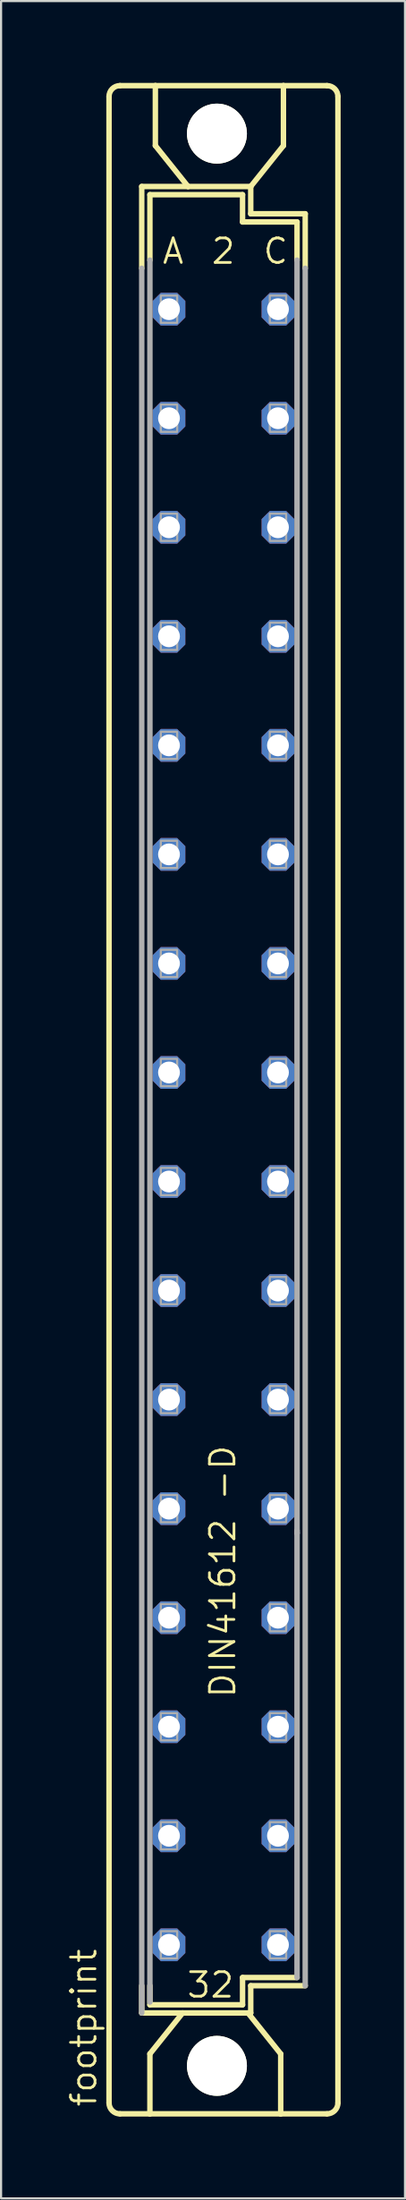
<source format=kicad_pcb>
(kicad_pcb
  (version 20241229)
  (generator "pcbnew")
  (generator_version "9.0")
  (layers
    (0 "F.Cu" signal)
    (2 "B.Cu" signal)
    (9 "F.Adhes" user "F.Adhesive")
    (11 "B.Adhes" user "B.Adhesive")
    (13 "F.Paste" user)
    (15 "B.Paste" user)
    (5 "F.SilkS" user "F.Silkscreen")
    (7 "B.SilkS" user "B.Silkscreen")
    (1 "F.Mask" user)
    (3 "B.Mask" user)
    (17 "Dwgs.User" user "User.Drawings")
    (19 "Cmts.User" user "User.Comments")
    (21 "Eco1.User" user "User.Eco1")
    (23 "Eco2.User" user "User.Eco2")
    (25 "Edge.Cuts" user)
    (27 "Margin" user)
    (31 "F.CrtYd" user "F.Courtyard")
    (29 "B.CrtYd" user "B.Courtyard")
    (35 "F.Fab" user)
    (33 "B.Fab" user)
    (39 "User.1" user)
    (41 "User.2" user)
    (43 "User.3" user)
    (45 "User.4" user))
  (footprint "footprint"
    (layer "F.Cu")
    (at 7.366 48.184)
    (property "Reference" "footprint" (at -5.842 46.99 90) (layer "F.SilkS") (effects (font (size 1.143 1.143) (thickness 0.127)) (justify left bottom)))
    (fp_line (start -5.334 46.736) (end -5.334 -46.736) (stroke (width 0.254) (type solid)) (layer "F.SilkS"))
    (fp_line (start -4.826 47.244) (end -3.429 47.244) (stroke (width 0.254) (type solid)) (layer "F.SilkS"))
    (fp_line (start -3.81 -38.735) (end -3.81 -42.545) (stroke (width 0.254) (type solid)) (layer "F.SilkS"))
    (fp_line (start -3.81 41.275) (end -3.81 42.545) (stroke (width 0.254) (type solid)) (layer "F.SilkS"))
    (fp_line (start -3.81 42.545) (end -1.905 42.545) (stroke (width 0.254) (type solid)) (layer "F.SilkS"))
    (fp_line (start -3.429 -42.164) (end -3.429 -39.116) (stroke (width 0.254) (type solid)) (layer "F.SilkS"))
    (fp_line (start -3.429 41.275) (end -3.429 42.164) (stroke (width 0.254) (type solid)) (layer "F.SilkS"))
    (fp_line (start -3.429 47.244) (end -3.429 44.45) (stroke (width 0.254) (type solid)) (layer "F.SilkS"))
    (fp_line (start -3.429 47.244) (end 2.667 47.244) (stroke (width 0.254) (type solid)) (layer "F.SilkS"))
    (fp_line (start -3.175 -47.244) (end -4.826 -47.244) (stroke (width 0.254) (type solid)) (layer "F.SilkS"))
    (fp_line (start -3.175 -47.244) (end -3.175 -44.45) (stroke (width 0.254) (type solid)) (layer "F.SilkS"))
    (fp_line (start -1.905 42.545) (end -3.429 44.45) (stroke (width 0.254) (type solid)) (layer "F.SilkS"))
    (fp_line (start -1.905 42.545) (end 1.143 42.545) (stroke (width 0.254) (type solid)) (layer "F.SilkS"))
    (fp_line (start -1.651 -42.545) (end -3.81 -42.545) (stroke (width 0.254) (type solid)) (layer "F.SilkS"))
    (fp_line (start -1.651 -42.545) (end -3.175 -44.45) (stroke (width 0.254) (type solid)) (layer "F.SilkS"))
    (fp_line (start 0.889 -42.164) (end -3.429 -42.164) (stroke (width 0.254) (type solid)) (layer "F.SilkS"))
    (fp_line (start 0.889 -42.164) (end 0.889 -40.894) (stroke (width 0.254) (type solid)) (layer "F.SilkS"))
    (fp_line (start 0.889 -40.894) (end 3.429 -40.894) (stroke (width 0.254) (type solid)) (layer "F.SilkS"))
    (fp_line (start 0.889 40.894) (end 0.889 42.164) (stroke (width 0.254) (type solid)) (layer "F.SilkS"))
    (fp_line (start 0.889 42.164) (end -3.429 42.164) (stroke (width 0.254) (type solid)) (layer "F.SilkS"))
    (fp_line (start 1.143 42.545) (end 1.27 42.545) (stroke (width 0.254) (type solid)) (layer "F.SilkS"))
    (fp_line (start 1.143 42.545) (end 2.667 44.45) (stroke (width 0.254) (type solid)) (layer "F.SilkS"))
    (fp_line (start 1.27 -42.545) (end -1.651 -42.545) (stroke (width 0.254) (type solid)) (layer "F.SilkS"))
    (fp_line (start 1.27 -42.545) (end 2.794 -44.45) (stroke (width 0.254) (type solid)) (layer "F.SilkS"))
    (fp_line (start 1.27 -41.275) (end 1.27 -42.545) (stroke (width 0.254) (type solid)) (layer "F.SilkS"))
    (fp_line (start 1.27 41.275) (end 3.81 41.275) (stroke (width 0.254) (type solid)) (layer "F.SilkS"))
    (fp_line (start 1.27 42.545) (end 1.27 41.275) (stroke (width 0.254) (type solid)) (layer "F.SilkS"))
    (fp_line (start 2.667 47.244) (end 2.667 44.45) (stroke (width 0.254) (type solid)) (layer "F.SilkS"))
    (fp_line (start 2.667 47.244) (end 4.826 47.244) (stroke (width 0.254) (type solid)) (layer "F.SilkS"))
    (fp_line (start 2.794 -47.244) (end -3.175 -47.244) (stroke (width 0.254) (type solid)) (layer "F.SilkS"))
    (fp_line (start 2.794 -47.244) (end 2.794 -44.45) (stroke (width 0.254) (type solid)) (layer "F.SilkS"))
    (fp_line (start 3.429 -39.116) (end 3.429 -40.894) (stroke (width 0.254) (type solid)) (layer "F.SilkS"))
    (fp_line (start 3.429 40.894) (end 0.889 40.894) (stroke (width 0.254) (type solid)) (layer "F.SilkS"))
    (fp_line (start 3.81 -41.275) (end 1.27 -41.275) (stroke (width 0.254) (type solid)) (layer "F.SilkS"))
    (fp_line (start 3.81 -38.735) (end 3.81 -41.275) (stroke (width 0.254) (type solid)) (layer "F.SilkS"))
    (fp_line (start 4.826 -47.244) (end 2.794 -47.244) (stroke (width 0.254) (type solid)) (layer "F.SilkS"))
    (fp_line (start 5.334 46.736) (end 5.334 -46.736) (stroke (width 0.254) (type solid)) (layer "F.SilkS"))
    (fp_arc (start -5.334 -46.736) (mid -5.18521 -47.09521) (end -4.826 -47.244) (stroke (width 0.254) (type solid)) (layer "F.SilkS"))
    (fp_arc (start -4.826 47.244) (mid -5.18521 47.09521) (end -5.334 46.736) (stroke (width 0.254) (type solid)) (layer "F.SilkS"))
    (fp_arc (start 4.826 -47.244) (mid 5.18521 -47.09521) (end 5.334 -46.736) (stroke (width 0.254) (type solid)) (layer "F.SilkS"))
    (fp_arc (start 5.334 46.736) (mid 5.18521 47.09521) (end 4.826 47.244) (stroke (width 0.254) (type solid)) (layer "F.SilkS"))
    (fp_circle (center -0.305 -45.009) (end 0.965 -45.009) (stroke (width 0.254) (type solid)) (fill no) (layer "F.SilkS"))
    (fp_circle (center -0.305 45.009) (end 0.965 45.009) (stroke (width 0.254) (type solid)) (fill no) (layer "F.SilkS"))
    (fp_line (start -3.81 -38.735) (end -3.81 42.545) (stroke (width 0.254) (type solid)) (layer "F.Fab"))
    (fp_line (start -3.429 -39.116) (end -3.429 42.037) (stroke (width 0.254) (type solid)) (layer "F.Fab"))
    (fp_line (start 3.429 20.193) (end 3.429 -39.116) (stroke (width 0.254) (type solid)) (layer "F.Fab"))
    (fp_line (start 3.429 20.193) (end 3.429 20.066) (stroke (width 0.254) (type solid)) (layer "F.Fab"))
    (fp_line (start 3.429 40.894) (end 3.429 20.193) (stroke (width 0.254) (type solid)) (layer "F.Fab"))
    (fp_line (start 3.81 -38.735) (end 3.81 41.275) (stroke (width 0.254) (type solid)) (layer "F.Fab"))
    (fp_poly (pts (xy -2.921 -36.195) (xy -2.159 -36.195) (xy -2.159 -37.465) (xy -2.921 -37.465)) (stroke (width 0.1) (type solid)) (fill no) (layer "F.Fab"))
    (fp_poly (pts (xy -2.921 -31.115) (xy -2.159 -31.115) (xy -2.159 -32.385) (xy -2.921 -32.385)) (stroke (width 0.1) (type solid)) (fill no) (layer "F.Fab"))
    (fp_poly (pts (xy -2.921 -26.035) (xy -2.159 -26.035) (xy -2.159 -27.305) (xy -2.921 -27.305)) (stroke (width 0.1) (type solid)) (fill no) (layer "F.Fab"))
    (fp_poly (pts (xy -2.921 -20.955) (xy -2.159 -20.955) (xy -2.159 -22.225) (xy -2.921 -22.225)) (stroke (width 0.1) (type solid)) (fill no) (layer "F.Fab"))
    (fp_poly (pts (xy -2.921 -15.875) (xy -2.159 -15.875) (xy -2.159 -17.145) (xy -2.921 -17.145)) (stroke (width 0.1) (type solid)) (fill no) (layer "F.Fab"))
    (fp_poly (pts (xy -2.921 -10.795) (xy -2.159 -10.795) (xy -2.159 -12.065) (xy -2.921 -12.065)) (stroke (width 0.1) (type solid)) (fill no) (layer "F.Fab"))
    (fp_poly (pts (xy -2.921 -5.715) (xy -2.159 -5.715) (xy -2.159 -6.985) (xy -2.921 -6.985)) (stroke (width 0.1) (type solid)) (fill no) (layer "F.Fab"))
    (fp_poly (pts (xy -2.921 -0.635) (xy -2.159 -0.635) (xy -2.159 -1.905) (xy -2.921 -1.905)) (stroke (width 0.1) (type solid)) (fill no) (layer "F.Fab"))
    (fp_poly (pts (xy -2.921 4.445) (xy -2.159 4.445) (xy -2.159 3.175) (xy -2.921 3.175)) (stroke (width 0.1) (type solid)) (fill no) (layer "F.Fab"))
    (fp_poly (pts (xy -2.921 9.525) (xy -2.159 9.525) (xy -2.159 8.255) (xy -2.921 8.255)) (stroke (width 0.1) (type solid)) (fill no) (layer "F.Fab"))
    (fp_poly (pts (xy -2.921 14.605) (xy -2.159 14.605) (xy -2.159 13.335) (xy -2.921 13.335)) (stroke (width 0.1) (type solid)) (fill no) (layer "F.Fab"))
    (fp_poly (pts (xy -2.921 19.685) (xy -2.159 19.685) (xy -2.159 18.415) (xy -2.921 18.415)) (stroke (width 0.1) (type solid)) (fill no) (layer "F.Fab"))
    (fp_poly (pts (xy -2.921 24.765) (xy -2.159 24.765) (xy -2.159 23.495) (xy -2.921 23.495)) (stroke (width 0.1) (type solid)) (fill no) (layer "F.Fab"))
    (fp_poly (pts (xy -2.921 29.845) (xy -2.159 29.845) (xy -2.159 28.575) (xy -2.921 28.575)) (stroke (width 0.1) (type solid)) (fill no) (layer "F.Fab"))
    (fp_poly (pts (xy -2.921 34.925) (xy -2.159 34.925) (xy -2.159 33.655) (xy -2.921 33.655)) (stroke (width 0.1) (type solid)) (fill no) (layer "F.Fab"))
    (fp_poly (pts (xy -2.921 40.005) (xy -2.159 40.005) (xy -2.159 38.735) (xy -2.921 38.735)) (stroke (width 0.1) (type solid)) (fill no) (layer "F.Fab"))
    (fp_poly (pts (xy 2.159 -36.195) (xy 2.921 -36.195) (xy 2.921 -37.465) (xy 2.159 -37.465)) (stroke (width 0.1) (type solid)) (fill no) (layer "F.Fab"))
    (fp_poly (pts (xy 2.159 -31.115) (xy 2.921 -31.115) (xy 2.921 -32.385) (xy 2.159 -32.385)) (stroke (width 0.1) (type solid)) (fill no) (layer "F.Fab"))
    (fp_poly (pts (xy 2.159 -26.035) (xy 2.921 -26.035) (xy 2.921 -27.305) (xy 2.159 -27.305)) (stroke (width 0.1) (type solid)) (fill no) (layer "F.Fab"))
    (fp_poly (pts (xy 2.159 -20.955) (xy 2.921 -20.955) (xy 2.921 -22.225) (xy 2.159 -22.225)) (stroke (width 0.1) (type solid)) (fill no) (layer "F.Fab"))
    (fp_poly (pts (xy 2.159 -15.875) (xy 2.921 -15.875) (xy 2.921 -17.145) (xy 2.159 -17.145)) (stroke (width 0.1) (type solid)) (fill no) (layer "F.Fab"))
    (fp_poly (pts (xy 2.159 -10.795) (xy 2.921 -10.795) (xy 2.921 -12.065) (xy 2.159 -12.065)) (stroke (width 0.1) (type solid)) (fill no) (layer "F.Fab"))
    (fp_poly (pts (xy 2.159 -5.715) (xy 2.921 -5.715) (xy 2.921 -6.985) (xy 2.159 -6.985)) (stroke (width 0.1) (type solid)) (fill no) (layer "F.Fab"))
    (fp_poly (pts (xy 2.159 -0.635) (xy 2.921 -0.635) (xy 2.921 -1.905) (xy 2.159 -1.905)) (stroke (width 0.1) (type solid)) (fill no) (layer "F.Fab"))
    (fp_poly (pts (xy 2.159 4.445) (xy 2.921 4.445) (xy 2.921 3.175) (xy 2.159 3.175)) (stroke (width 0.1) (type solid)) (fill no) (layer "F.Fab"))
    (fp_poly (pts (xy 2.159 9.525) (xy 2.921 9.525) (xy 2.921 8.255) (xy 2.159 8.255)) (stroke (width 0.1) (type solid)) (fill no) (layer "F.Fab"))
    (fp_poly (pts (xy 2.159 14.605) (xy 2.921 14.605) (xy 2.921 13.335) (xy 2.159 13.335)) (stroke (width 0.1) (type solid)) (fill no) (layer "F.Fab"))
    (fp_poly (pts (xy 2.159 19.685) (xy 2.921 19.685) (xy 2.921 18.415) (xy 2.159 18.415)) (stroke (width 0.1) (type solid)) (fill no) (layer "F.Fab"))
    (fp_poly (pts (xy 2.159 24.765) (xy 2.921 24.765) (xy 2.921 23.495) (xy 2.159 23.495)) (stroke (width 0.1) (type solid)) (fill no) (layer "F.Fab"))
    (fp_poly (pts (xy 2.159 29.845) (xy 2.921 29.845) (xy 2.921 28.575) (xy 2.159 28.575)) (stroke (width 0.1) (type solid)) (fill no) (layer "F.Fab"))
    (fp_poly (pts (xy 2.159 34.925) (xy 2.921 34.925) (xy 2.921 33.655) (xy 2.159 33.655)) (stroke (width 0.1) (type solid)) (fill no) (layer "F.Fab"))
    (fp_poly (pts (xy 2.159 40.005) (xy 2.921 40.005) (xy 2.921 38.735) (xy 2.159 38.735)) (stroke (width 0.1) (type solid)) (fill no) (layer "F.Fab"))
    (fp_text user "A" (at -2.921 -38.862 0) (layer "F.SilkS") (effects (font (size 1.143 1.143) (thickness 0.127)) (justify left bottom)))
    (fp_text user "2" (at -0.635 -38.862 0) (layer "F.SilkS") (effects (font (size 1.143 1.143) (thickness 0.127)) (justify left bottom)))
    (fp_text user "C" (at 1.778 -38.862 0) (layer "F.SilkS") (effects (font (size 1.143 1.143) (thickness 0.127)) (justify left bottom)))
    (fp_text user "DIN41612 -D" (at 0.635 27.94 90) (layer "F.SilkS") (effects (font (size 1.143 1.143) (thickness 0.127)) (justify left bottom)))
    (fp_text user "32" (at -1.778 41.91 0) (layer "F.SilkS") (effects (font (size 1.143 1.143) (thickness 0.127)) (justify left bottom)))
    (pad "" np_thru_hole circle (at -0.305 -45.009) (size 2.794 2.794) (drill 2.794) (layers "*.Cu" "*.Mask"))
    (pad "" np_thru_hole circle (at -0.305 45.009) (size 2.794 2.794) (drill 2.794) (layers "*.Cu" "*.Mask"))
    (pad "A2" thru_hole roundrect (at -2.54 -36.83) (size 1.524 1.524) (drill 1.016) (layers "*.Cu" "*.Mask") (roundrect_rratio 0.25) (chamfer_ratio 0.25) (chamfer top_left top_right bottom_left bottom_right))
    (pad "A4" thru_hole roundrect (at -2.54 -31.75) (size 1.524 1.524) (drill 1.016) (layers "*.Cu" "*.Mask") (roundrect_rratio 0.25) (chamfer_ratio 0.25) (chamfer top_left top_right bottom_left bottom_right))
    (pad "A6" thru_hole roundrect (at -2.54 -26.67) (size 1.524 1.524) (drill 1.016) (layers "*.Cu" "*.Mask") (roundrect_rratio 0.25) (chamfer_ratio 0.25) (chamfer top_left top_right bottom_left bottom_right))
    (pad "A8" thru_hole roundrect (at -2.54 -21.59) (size 1.524 1.524) (drill 1.016) (layers "*.Cu" "*.Mask") (roundrect_rratio 0.25) (chamfer_ratio 0.25) (chamfer top_left top_right bottom_left bottom_right))
    (pad "A10" thru_hole roundrect (at -2.54 -16.51) (size 1.524 1.524) (drill 1.016) (layers "*.Cu" "*.Mask") (roundrect_rratio 0.25) (chamfer_ratio 0.25) (chamfer top_left top_right bottom_left bottom_right))
    (pad "A12" thru_hole roundrect (at -2.54 -11.43) (size 1.524 1.524) (drill 1.016) (layers "*.Cu" "*.Mask") (roundrect_rratio 0.25) (chamfer_ratio 0.25) (chamfer top_left top_right bottom_left bottom_right))
    (pad "A14" thru_hole roundrect (at -2.54 -6.35) (size 1.524 1.524) (drill 1.016) (layers "*.Cu" "*.Mask") (roundrect_rratio 0.25) (chamfer_ratio 0.25) (chamfer top_left top_right bottom_left bottom_right))
    (pad "A16" thru_hole roundrect (at -2.54 -1.27) (size 1.524 1.524) (drill 1.016) (layers "*.Cu" "*.Mask") (roundrect_rratio 0.25) (chamfer_ratio 0.25) (chamfer top_left top_right bottom_left bottom_right))
    (pad "A18" thru_hole roundrect (at -2.54 3.81) (size 1.524 1.524) (drill 1.016) (layers "*.Cu" "*.Mask") (roundrect_rratio 0.25) (chamfer_ratio 0.25) (chamfer top_left top_right bottom_left bottom_right))
    (pad "A20" thru_hole roundrect (at -2.54 8.89) (size 1.524 1.524) (drill 1.016) (layers "*.Cu" "*.Mask") (roundrect_rratio 0.25) (chamfer_ratio 0.25) (chamfer top_left top_right bottom_left bottom_right))
    (pad "A22" thru_hole roundrect (at -2.54 13.97) (size 1.524 1.524) (drill 1.016) (layers "*.Cu" "*.Mask") (roundrect_rratio 0.25) (chamfer_ratio 0.25) (chamfer top_left top_right bottom_left bottom_right))
    (pad "A24" thru_hole roundrect (at -2.54 19.05) (size 1.524 1.524) (drill 1.016) (layers "*.Cu" "*.Mask") (roundrect_rratio 0.25) (chamfer_ratio 0.25) (chamfer top_left top_right bottom_left bottom_right))
    (pad "A26" thru_hole roundrect (at -2.54 24.13) (size 1.524 1.524) (drill 1.016) (layers "*.Cu" "*.Mask") (roundrect_rratio 0.25) (chamfer_ratio 0.25) (chamfer top_left top_right bottom_left bottom_right))
    (pad "A28" thru_hole roundrect (at -2.54 29.21) (size 1.524 1.524) (drill 1.016) (layers "*.Cu" "*.Mask") (roundrect_rratio 0.25) (chamfer_ratio 0.25) (chamfer top_left top_right bottom_left bottom_right))
    (pad "A30" thru_hole roundrect (at -2.54 34.29) (size 1.524 1.524) (drill 1.016) (layers "*.Cu" "*.Mask") (roundrect_rratio 0.25) (chamfer_ratio 0.25) (chamfer top_left top_right bottom_left bottom_right))
    (pad "A32" thru_hole roundrect (at -2.54 39.37) (size 1.524 1.524) (drill 1.016) (layers "*.Cu" "*.Mask") (roundrect_rratio 0.25) (chamfer_ratio 0.25) (chamfer top_left top_right bottom_left bottom_right))
    (pad "C2" thru_hole roundrect (at 2.54 -36.83) (size 1.524 1.524) (drill 1.016) (layers "*.Cu" "*.Mask") (roundrect_rratio 0.25) (chamfer_ratio 0.25) (chamfer top_left top_right bottom_left bottom_right))
    (pad "C4" thru_hole roundrect (at 2.54 -31.75) (size 1.524 1.524) (drill 1.016) (layers "*.Cu" "*.Mask") (roundrect_rratio 0.25) (chamfer_ratio 0.25) (chamfer top_left top_right bottom_left bottom_right))
    (pad "C6" thru_hole roundrect (at 2.54 -26.67) (size 1.524 1.524) (drill 1.016) (layers "*.Cu" "*.Mask") (roundrect_rratio 0.25) (chamfer_ratio 0.25) (chamfer top_left top_right bottom_left bottom_right))
    (pad "C8" thru_hole roundrect (at 2.54 -21.59) (size 1.524 1.524) (drill 1.016) (layers "*.Cu" "*.Mask") (roundrect_rratio 0.25) (chamfer_ratio 0.25) (chamfer top_left top_right bottom_left bottom_right))
    (pad "C10" thru_hole roundrect (at 2.54 -16.51) (size 1.524 1.524) (drill 1.016) (layers "*.Cu" "*.Mask") (roundrect_rratio 0.25) (chamfer_ratio 0.25) (chamfer top_left top_right bottom_left bottom_right))
    (pad "C12" thru_hole roundrect (at 2.54 -11.43) (size 1.524 1.524) (drill 1.016) (layers "*.Cu" "*.Mask") (roundrect_rratio 0.25) (chamfer_ratio 0.25) (chamfer top_left top_right bottom_left bottom_right))
    (pad "C14" thru_hole roundrect (at 2.54 -6.35) (size 1.524 1.524) (drill 1.016) (layers "*.Cu" "*.Mask") (roundrect_rratio 0.25) (chamfer_ratio 0.25) (chamfer top_left top_right bottom_left bottom_right))
    (pad "C16" thru_hole roundrect (at 2.54 -1.27) (size 1.524 1.524) (drill 1.016) (layers "*.Cu" "*.Mask") (roundrect_rratio 0.25) (chamfer_ratio 0.25) (chamfer top_left top_right bottom_left bottom_right))
    (pad "C18" thru_hole roundrect (at 2.54 3.81) (size 1.524 1.524) (drill 1.016) (layers "*.Cu" "*.Mask") (roundrect_rratio 0.25) (chamfer_ratio 0.25) (chamfer top_left top_right bottom_left bottom_right))
    (pad "C20" thru_hole roundrect (at 2.54 8.89) (size 1.524 1.524) (drill 1.016) (layers "*.Cu" "*.Mask") (roundrect_rratio 0.25) (chamfer_ratio 0.25) (chamfer top_left top_right bottom_left bottom_right))
    (pad "C22" thru_hole roundrect (at 2.54 13.97) (size 1.524 1.524) (drill 1.016) (layers "*.Cu" "*.Mask") (roundrect_rratio 0.25) (chamfer_ratio 0.25) (chamfer top_left top_right bottom_left bottom_right))
    (pad "C24" thru_hole roundrect (at 2.54 19.05) (size 1.524 1.524) (drill 1.016) (layers "*.Cu" "*.Mask") (roundrect_rratio 0.25) (chamfer_ratio 0.25) (chamfer top_left top_right bottom_left bottom_right))
    (pad "C26" thru_hole roundrect (at 2.54 24.13) (size 1.524 1.524) (drill 1.016) (layers "*.Cu" "*.Mask") (roundrect_rratio 0.25) (chamfer_ratio 0.25) (chamfer top_left top_right bottom_left bottom_right))
    (pad "C28" thru_hole roundrect (at 2.54 29.21) (size 1.524 1.524) (drill 1.016) (layers "*.Cu" "*.Mask") (roundrect_rratio 0.25) (chamfer_ratio 0.25) (chamfer top_left top_right bottom_left bottom_right))
    (pad "C30" thru_hole roundrect (at 2.54 34.29) (size 1.524 1.524) (drill 1.016) (layers "*.Cu" "*.Mask") (roundrect_rratio 0.25) (chamfer_ratio 0.25) (chamfer top_left top_right bottom_left bottom_right))
    (pad "C32" thru_hole roundrect (at 2.54 39.37) (size 1.524 1.524) (drill 1.016) (layers "*.Cu" "*.Mask") (roundrect_rratio 0.25) (chamfer_ratio 0.25) (chamfer top_left top_right bottom_left bottom_right))
    (zone (net_name "") (layers "F.Cu" "B.Cu") (hatch edge 0.508) (connect_pads) (min_thickness 0.254) (filled_areas_thickness no) (keepout (tracks allowed) (vias not_allowed) (pads allowed) (copperpour allowed) (footprints allowed)) (placement (enabled no)) (fill) (polygon (pts (xy 10.236 3.175) (xy 10.188 2.624) (xy 10.045 2.089) (xy 9.811 1.587) (xy 9.493 1.134) (xy 9.102 0.743) (xy 8.649 0.425) (xy 8.147 0.191) (xy 7.613 0.048) (xy 7.061 0) (xy 6.51 0.048) (xy 5.975 0.191) (xy 5.474 0.425) (xy 5.02 0.743) (xy 4.629 1.134) (xy 4.312 1.587) (xy 4.078 2.089) (xy 3.934 2.624) (xy 3.886 3.175) (xy 3.934 3.726) (xy 4.078 4.261) (xy 4.312 4.763) (xy 4.629 5.216) (xy 5.02 5.607) (xy 5.474 5.925) (xy 5.975 6.159) (xy 6.51 6.302) (xy 7.061 6.35) (xy 7.613 6.302) (xy 8.147 6.159) (xy 8.649 5.925) (xy 9.102 5.607) (xy 9.493 5.216) (xy 9.811 4.763) (xy 10.045 4.261) (xy 10.188 3.726))) (polygon (pts (xy 8.458 3.175) (xy 8.437 2.932) (xy 8.374 2.697) (xy 8.271 2.477) (xy 8.131 2.277) (xy 7.959 2.105) (xy 7.76 1.965) (xy 7.539 1.862) (xy 7.304 1.799) (xy 7.061 1.778) (xy 6.819 1.799) (xy 6.583 1.862) (xy 6.363 1.965) (xy 6.163 2.105) (xy 5.991 2.277) (xy 5.851 2.477) (xy 5.748 2.697) (xy 5.685 2.932) (xy 5.664 3.175) (xy 5.685 3.418) (xy 5.748 3.653) (xy 5.851 3.873) (xy 5.991 4.073) (xy 6.163 4.245) (xy 6.363 4.385) (xy 6.583 4.488) (xy 6.819 4.551) (xy 7.061 4.572) (xy 7.304 4.551) (xy 7.539 4.488) (xy 7.76 4.385) (xy 7.959 4.245) (xy 8.131 4.073) (xy 8.271 3.873) (xy 8.374 3.653) (xy 8.437 3.418))))
    (zone (net_name "") (layers "F.Cu" "B.Cu") (hatch edge 0.508) (connect_pads) (min_thickness 0.254) (filled_areas_thickness no) (keepout (tracks allowed) (vias not_allowed) (pads allowed) (copperpour allowed) (footprints allowed)) (placement (enabled no)) (fill) (polygon (pts (xy 10.236 93.193) (xy 10.188 92.641) (xy 10.045 92.107) (xy 9.811 91.605) (xy 9.493 91.152) (xy 9.102 90.76) (xy 8.649 90.443) (xy 8.147 90.209) (xy 7.613 90.066) (xy 7.061 90.018) (xy 6.51 90.066) (xy 5.975 90.209) (xy 5.474 90.443) (xy 5.02 90.76) (xy 4.629 91.152) (xy 4.312 91.605) (xy 4.078 92.107) (xy 3.934 92.641) (xy 3.886 93.193) (xy 3.934 93.744) (xy 4.078 94.279) (xy 4.312 94.78) (xy 4.629 95.233) (xy 5.02 95.625) (xy 5.474 95.942) (xy 5.975 96.176) (xy 6.51 96.319) (xy 7.061 96.368) (xy 7.613 96.319) (xy 8.147 96.176) (xy 8.649 95.942) (xy 9.102 95.625) (xy 9.493 95.233) (xy 9.811 94.78) (xy 10.045 94.279) (xy 10.188 93.744))) (polygon (pts (xy 8.458 93.193) (xy 8.437 92.95) (xy 8.374 92.715) (xy 8.271 92.494) (xy 8.131 92.295) (xy 7.959 92.122) (xy 7.76 91.983) (xy 7.539 91.88) (xy 7.304 91.817) (xy 7.061 91.796) (xy 6.819 91.817) (xy 6.583 91.88) (xy 6.363 91.983) (xy 6.163 92.122) (xy 5.991 92.295) (xy 5.851 92.494) (xy 5.748 92.715) (xy 5.685 92.95) (xy 5.664 93.193) (xy 5.685 93.435) (xy 5.748 93.67) (xy 5.851 93.891) (xy 5.991 94.091) (xy 6.163 94.263) (xy 6.363 94.402) (xy 6.583 94.505) (xy 6.819 94.568) (xy 7.061 94.59) (xy 7.304 94.568) (xy 7.539 94.505) (xy 7.76 94.402) (xy 7.959 94.263) (xy 8.131 94.091) (xy 8.271 93.891) (xy 8.374 93.67) (xy 8.437 93.435))))
    (zone (net_name "") (layer "B.Cu") (hatch edge 0.508) (connect_pads) (min_thickness 0.254) (filled_areas_thickness no) (keepout (tracks not_allowed) (vias not_allowed) (pads not_allowed) (copperpour not_allowed) (footprints allowed)) (placement (enabled no)) (fill) (polygon (pts (xy 10.236 3.175) (xy 10.188 2.624) (xy 10.045 2.089) (xy 9.811 1.587) (xy 9.493 1.134) (xy 9.102 0.743) (xy 8.649 0.425) (xy 8.147 0.191) (xy 7.613 0.048) (xy 7.061 0) (xy 6.51 0.048) (xy 5.975 0.191) (xy 5.474 0.425) (xy 5.02 0.743) (xy 4.629 1.134) (xy 4.312 1.587) (xy 4.078 2.089) (xy 3.934 2.624) (xy 3.886 3.175) (xy 3.934 3.726) (xy 4.078 4.261) (xy 4.312 4.763) (xy 4.629 5.216) (xy 5.02 5.607) (xy 5.474 5.925) (xy 5.975 6.159) (xy 6.51 6.302) (xy 7.061 6.35) (xy 7.613 6.302) (xy 8.147 6.159) (xy 8.649 5.925) (xy 9.102 5.607) (xy 9.493 5.216) (xy 9.811 4.763) (xy 10.045 4.261) (xy 10.188 3.726))) (polygon (pts (xy 8.458 3.175) (xy 8.437 2.932) (xy 8.374 2.697) (xy 8.271 2.477) (xy 8.131 2.277) (xy 7.959 2.105) (xy 7.76 1.965) (xy 7.539 1.862) (xy 7.304 1.799) (xy 7.061 1.778) (xy 6.819 1.799) (xy 6.583 1.862) (xy 6.363 1.965) (xy 6.163 2.105) (xy 5.991 2.277) (xy 5.851 2.477) (xy 5.748 2.697) (xy 5.685 2.932) (xy 5.664 3.175) (xy 5.685 3.418) (xy 5.748 3.653) (xy 5.851 3.873) (xy 5.991 4.073) (xy 6.163 4.245) (xy 6.363 4.385) (xy 6.583 4.488) (xy 6.819 4.551) (xy 7.061 4.572) (xy 7.304 4.551) (xy 7.539 4.488) (xy 7.76 4.385) (xy 7.959 4.245) (xy 8.131 4.073) (xy 8.271 3.873) (xy 8.374 3.653) (xy 8.437 3.418))))
    (zone (net_name "") (layer "B.Cu") (hatch edge 0.508) (connect_pads) (min_thickness 0.254) (filled_areas_thickness no) (keepout (tracks not_allowed) (vias not_allowed) (pads not_allowed) (copperpour not_allowed) (footprints allowed)) (placement (enabled no)) (fill) (polygon (pts (xy 10.236 93.193) (xy 10.188 92.641) (xy 10.045 92.107) (xy 9.811 91.605) (xy 9.493 91.152) (xy 9.102 90.76) (xy 8.649 90.443) (xy 8.147 90.209) (xy 7.613 90.066) (xy 7.061 90.018) (xy 6.51 90.066) (xy 5.975 90.209) (xy 5.474 90.443) (xy 5.02 90.76) (xy 4.629 91.152) (xy 4.312 91.605) (xy 4.078 92.107) (xy 3.934 92.641) (xy 3.886 93.193) (xy 3.934 93.744) (xy 4.078 94.279) (xy 4.312 94.78) (xy 4.629 95.233) (xy 5.02 95.625) (xy 5.474 95.942) (xy 5.975 96.176) (xy 6.51 96.319) (xy 7.061 96.368) (xy 7.613 96.319) (xy 8.147 96.176) (xy 8.649 95.942) (xy 9.102 95.625) (xy 9.493 95.233) (xy 9.811 94.78) (xy 10.045 94.279) (xy 10.188 93.744))) (polygon (pts (xy 8.458 93.193) (xy 8.437 92.95) (xy 8.374 92.715) (xy 8.271 92.494) (xy 8.131 92.295) (xy 7.959 92.122) (xy 7.76 91.983) (xy 7.539 91.88) (xy 7.304 91.817) (xy 7.061 91.796) (xy 6.819 91.817) (xy 6.583 91.88) (xy 6.363 91.983) (xy 6.163 92.122) (xy 5.991 92.295) (xy 5.851 92.494) (xy 5.748 92.715) (xy 5.685 92.95) (xy 5.664 93.193) (xy 5.685 93.435) (xy 5.748 93.67) (xy 5.851 93.891) (xy 5.991 94.091) (xy 6.163 94.263) (xy 6.363 94.402) (xy 6.583 94.505) (xy 6.819 94.568) (xy 7.061 94.59) (xy 7.304 94.568) (xy 7.539 94.505) (xy 7.76 94.402) (xy 7.959 94.263) (xy 8.131 94.091) (xy 8.271 93.891) (xy 8.374 93.67) (xy 8.437 93.435)))))
  (gr_rect
    (start -3 -3)
    (end 15.827 99.368)
    (stroke (width 0.1) (type default))
    (fill no)
    (layer "Edge.Cuts")))
</source>
